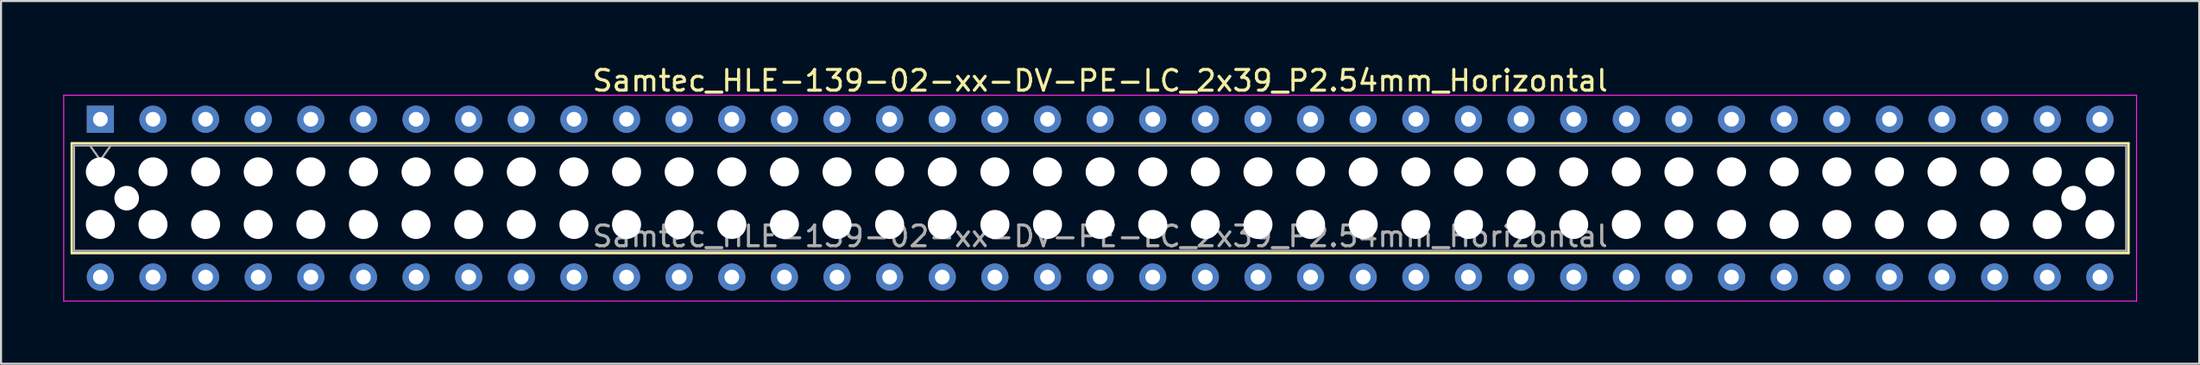
<source format=kicad_pcb>
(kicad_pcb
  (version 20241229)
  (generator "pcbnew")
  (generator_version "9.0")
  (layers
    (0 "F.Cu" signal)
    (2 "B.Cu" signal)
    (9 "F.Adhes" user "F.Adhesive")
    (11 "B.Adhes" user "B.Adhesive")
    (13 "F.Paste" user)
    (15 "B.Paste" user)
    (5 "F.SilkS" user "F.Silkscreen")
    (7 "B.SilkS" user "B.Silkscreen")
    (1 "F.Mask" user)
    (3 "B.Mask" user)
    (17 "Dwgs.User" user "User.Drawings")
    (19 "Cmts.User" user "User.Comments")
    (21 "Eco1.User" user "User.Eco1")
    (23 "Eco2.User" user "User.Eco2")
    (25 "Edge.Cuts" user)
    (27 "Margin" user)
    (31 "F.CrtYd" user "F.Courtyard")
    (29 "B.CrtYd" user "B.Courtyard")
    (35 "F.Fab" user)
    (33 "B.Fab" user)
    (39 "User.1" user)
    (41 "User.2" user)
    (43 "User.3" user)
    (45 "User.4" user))
  (footprint "Samtec_HLE-139-02-xx-DV-PE-LC_2x39_P2.54mm_Horizontal"
    (layer "F.Cu")
    (at 1.795 2.708)
    (property "Reference" "Samtec_HLE-139-02-xx-DV-PE-LC_2x39_P2.54mm_Horizontal" (at 48.26 -1.86 0) (layer "F.SilkS") (effects (font (size 1 1) (thickness 0.15))))
    (attr through_hole)
    (fp_line (start -1.38 1.16) (end 97.9 1.16) (stroke (width 0.12) (type solid)) (layer "F.SilkS"))
    (fp_line (start -1.38 6.46) (end -1.38 1.16) (stroke (width 0.12) (type solid)) (layer "F.SilkS"))
    (fp_line (start 97.9 1.16) (end 97.9 6.46) (stroke (width 0.12) (type solid)) (layer "F.SilkS"))
    (fp_line (start 97.9 6.46) (end -1.38 6.46) (stroke (width 0.12) (type solid)) (layer "F.SilkS"))
    (fp_line (start -1.77 -1.16) (end 98.29 -1.16) (stroke (width 0.05) (type solid)) (layer "F.CrtYd"))
    (fp_line (start -1.77 8.78) (end -1.77 -1.16) (stroke (width 0.05) (type solid)) (layer "F.CrtYd"))
    (fp_line (start 98.29 -1.16) (end 98.29 8.78) (stroke (width 0.05) (type solid)) (layer "F.CrtYd"))
    (fp_line (start 98.29 8.78) (end -1.77 8.78) (stroke (width 0.05) (type solid)) (layer "F.CrtYd"))
    (fp_line (start -1.27 1.27) (end 97.79 1.27) (stroke (width 0.1) (type solid)) (layer "F.Fab"))
    (fp_line (start -1.27 6.35) (end -1.27 1.27) (stroke (width 0.1) (type solid)) (layer "F.Fab"))
    (fp_line (start -0.5 1.27) (end 0 1.977) (stroke (width 0.1) (type solid)) (layer "F.Fab"))
    (fp_line (start 0 1.977) (end 0.5 1.27) (stroke (width 0.1) (type solid)) (layer "F.Fab"))
    (fp_line (start 97.79 1.27) (end 97.79 6.35) (stroke (width 0.1) (type solid)) (layer "F.Fab"))
    (fp_line (start 97.79 6.35) (end -1.27 6.35) (stroke (width 0.1) (type solid)) (layer "F.Fab"))
    (fp_text user "${REFERENCE}" (at 48.26 5.65 0) (layer "F.Fab") (effects (font (size 1 1) (thickness 0.15))))
    (pad "" np_thru_hole circle (at 0 2.54) (size 1.4 1.4) (drill 1.4) (layers "*.Cu" "*.Mask"))
    (pad "" np_thru_hole circle (at 0 5.08) (size 1.4 1.4) (drill 1.4) (layers "*.Cu" "*.Mask"))
    (pad "" np_thru_hole circle (at 1.27 3.81) (size 1.19 1.19) (drill 1.19) (layers "*.Cu" "*.Mask"))
    (pad "" np_thru_hole circle (at 2.54 2.54) (size 1.4 1.4) (drill 1.4) (layers "*.Cu" "*.Mask"))
    (pad "" np_thru_hole circle (at 2.54 5.08) (size 1.4 1.4) (drill 1.4) (layers "*.Cu" "*.Mask"))
    (pad "" np_thru_hole circle (at 5.08 2.54) (size 1.4 1.4) (drill 1.4) (layers "*.Cu" "*.Mask"))
    (pad "" np_thru_hole circle (at 5.08 5.08) (size 1.4 1.4) (drill 1.4) (layers "*.Cu" "*.Mask"))
    (pad "" np_thru_hole circle (at 7.62 2.54) (size 1.4 1.4) (drill 1.4) (layers "*.Cu" "*.Mask"))
    (pad "" np_thru_hole circle (at 7.62 5.08) (size 1.4 1.4) (drill 1.4) (layers "*.Cu" "*.Mask"))
    (pad "" np_thru_hole circle (at 10.16 2.54) (size 1.4 1.4) (drill 1.4) (layers "*.Cu" "*.Mask"))
    (pad "" np_thru_hole circle (at 10.16 5.08) (size 1.4 1.4) (drill 1.4) (layers "*.Cu" "*.Mask"))
    (pad "" np_thru_hole circle (at 12.7 2.54) (size 1.4 1.4) (drill 1.4) (layers "*.Cu" "*.Mask"))
    (pad "" np_thru_hole circle (at 12.7 5.08) (size 1.4 1.4) (drill 1.4) (layers "*.Cu" "*.Mask"))
    (pad "" np_thru_hole circle (at 15.24 2.54) (size 1.4 1.4) (drill 1.4) (layers "*.Cu" "*.Mask"))
    (pad "" np_thru_hole circle (at 15.24 5.08) (size 1.4 1.4) (drill 1.4) (layers "*.Cu" "*.Mask"))
    (pad "" np_thru_hole circle (at 17.78 2.54) (size 1.4 1.4) (drill 1.4) (layers "*.Cu" "*.Mask"))
    (pad "" np_thru_hole circle (at 17.78 5.08) (size 1.4 1.4) (drill 1.4) (layers "*.Cu" "*.Mask"))
    (pad "" np_thru_hole circle (at 20.32 2.54) (size 1.4 1.4) (drill 1.4) (layers "*.Cu" "*.Mask"))
    (pad "" np_thru_hole circle (at 20.32 5.08) (size 1.4 1.4) (drill 1.4) (layers "*.Cu" "*.Mask"))
    (pad "" np_thru_hole circle (at 22.86 2.54) (size 1.4 1.4) (drill 1.4) (layers "*.Cu" "*.Mask"))
    (pad "" np_thru_hole circle (at 22.86 5.08) (size 1.4 1.4) (drill 1.4) (layers "*.Cu" "*.Mask"))
    (pad "" np_thru_hole circle (at 25.4 2.54) (size 1.4 1.4) (drill 1.4) (layers "*.Cu" "*.Mask"))
    (pad "" np_thru_hole circle (at 25.4 5.08) (size 1.4 1.4) (drill 1.4) (layers "*.Cu" "*.Mask"))
    (pad "" np_thru_hole circle (at 27.94 2.54) (size 1.4 1.4) (drill 1.4) (layers "*.Cu" "*.Mask"))
    (pad "" np_thru_hole circle (at 27.94 5.08) (size 1.4 1.4) (drill 1.4) (layers "*.Cu" "*.Mask"))
    (pad "" np_thru_hole circle (at 30.48 2.54) (size 1.4 1.4) (drill 1.4) (layers "*.Cu" "*.Mask"))
    (pad "" np_thru_hole circle (at 30.48 5.08) (size 1.4 1.4) (drill 1.4) (layers "*.Cu" "*.Mask"))
    (pad "" np_thru_hole circle (at 33.02 2.54) (size 1.4 1.4) (drill 1.4) (layers "*.Cu" "*.Mask"))
    (pad "" np_thru_hole circle (at 33.02 5.08) (size 1.4 1.4) (drill 1.4) (layers "*.Cu" "*.Mask"))
    (pad "" np_thru_hole circle (at 35.56 2.54) (size 1.4 1.4) (drill 1.4) (layers "*.Cu" "*.Mask"))
    (pad "" np_thru_hole circle (at 35.56 5.08) (size 1.4 1.4) (drill 1.4) (layers "*.Cu" "*.Mask"))
    (pad "" np_thru_hole circle (at 38.1 2.54) (size 1.4 1.4) (drill 1.4) (layers "*.Cu" "*.Mask"))
    (pad "" np_thru_hole circle (at 38.1 5.08) (size 1.4 1.4) (drill 1.4) (layers "*.Cu" "*.Mask"))
    (pad "" np_thru_hole circle (at 40.64 2.54) (size 1.4 1.4) (drill 1.4) (layers "*.Cu" "*.Mask"))
    (pad "" np_thru_hole circle (at 40.64 5.08) (size 1.4 1.4) (drill 1.4) (layers "*.Cu" "*.Mask"))
    (pad "" np_thru_hole circle (at 43.18 2.54) (size 1.4 1.4) (drill 1.4) (layers "*.Cu" "*.Mask"))
    (pad "" np_thru_hole circle (at 43.18 5.08) (size 1.4 1.4) (drill 1.4) (layers "*.Cu" "*.Mask"))
    (pad "" np_thru_hole circle (at 45.72 2.54) (size 1.4 1.4) (drill 1.4) (layers "*.Cu" "*.Mask"))
    (pad "" np_thru_hole circle (at 45.72 5.08) (size 1.4 1.4) (drill 1.4) (layers "*.Cu" "*.Mask"))
    (pad "" np_thru_hole circle (at 48.26 2.54) (size 1.4 1.4) (drill 1.4) (layers "*.Cu" "*.Mask"))
    (pad "" np_thru_hole circle (at 48.26 5.08) (size 1.4 1.4) (drill 1.4) (layers "*.Cu" "*.Mask"))
    (pad "" np_thru_hole circle (at 50.8 2.54) (size 1.4 1.4) (drill 1.4) (layers "*.Cu" "*.Mask"))
    (pad "" np_thru_hole circle (at 50.8 5.08) (size 1.4 1.4) (drill 1.4) (layers "*.Cu" "*.Mask"))
    (pad "" np_thru_hole circle (at 53.34 2.54) (size 1.4 1.4) (drill 1.4) (layers "*.Cu" "*.Mask"))
    (pad "" np_thru_hole circle (at 53.34 5.08) (size 1.4 1.4) (drill 1.4) (layers "*.Cu" "*.Mask"))
    (pad "" np_thru_hole circle (at 55.88 2.54) (size 1.4 1.4) (drill 1.4) (layers "*.Cu" "*.Mask"))
    (pad "" np_thru_hole circle (at 55.88 5.08) (size 1.4 1.4) (drill 1.4) (layers "*.Cu" "*.Mask"))
    (pad "" np_thru_hole circle (at 58.42 2.54) (size 1.4 1.4) (drill 1.4) (layers "*.Cu" "*.Mask"))
    (pad "" np_thru_hole circle (at 58.42 5.08) (size 1.4 1.4) (drill 1.4) (layers "*.Cu" "*.Mask"))
    (pad "" np_thru_hole circle (at 60.96 2.54) (size 1.4 1.4) (drill 1.4) (layers "*.Cu" "*.Mask"))
    (pad "" np_thru_hole circle (at 60.96 5.08) (size 1.4 1.4) (drill 1.4) (layers "*.Cu" "*.Mask"))
    (pad "" np_thru_hole circle (at 63.5 2.54) (size 1.4 1.4) (drill 1.4) (layers "*.Cu" "*.Mask"))
    (pad "" np_thru_hole circle (at 63.5 5.08) (size 1.4 1.4) (drill 1.4) (layers "*.Cu" "*.Mask"))
    (pad "" np_thru_hole circle (at 66.04 2.54) (size 1.4 1.4) (drill 1.4) (layers "*.Cu" "*.Mask"))
    (pad "" np_thru_hole circle (at 66.04 5.08) (size 1.4 1.4) (drill 1.4) (layers "*.Cu" "*.Mask"))
    (pad "" np_thru_hole circle (at 68.58 2.54) (size 1.4 1.4) (drill 1.4) (layers "*.Cu" "*.Mask"))
    (pad "" np_thru_hole circle (at 68.58 5.08) (size 1.4 1.4) (drill 1.4) (layers "*.Cu" "*.Mask"))
    (pad "" np_thru_hole circle (at 71.12 2.54) (size 1.4 1.4) (drill 1.4) (layers "*.Cu" "*.Mask"))
    (pad "" np_thru_hole circle (at 71.12 5.08) (size 1.4 1.4) (drill 1.4) (layers "*.Cu" "*.Mask"))
    (pad "" np_thru_hole circle (at 73.66 2.54) (size 1.4 1.4) (drill 1.4) (layers "*.Cu" "*.Mask"))
    (pad "" np_thru_hole circle (at 73.66 5.08) (size 1.4 1.4) (drill 1.4) (layers "*.Cu" "*.Mask"))
    (pad "" np_thru_hole circle (at 76.2 2.54) (size 1.4 1.4) (drill 1.4) (layers "*.Cu" "*.Mask"))
    (pad "" np_thru_hole circle (at 76.2 5.08) (size 1.4 1.4) (drill 1.4) (layers "*.Cu" "*.Mask"))
    (pad "" np_thru_hole circle (at 78.74 2.54) (size 1.4 1.4) (drill 1.4) (layers "*.Cu" "*.Mask"))
    (pad "" np_thru_hole circle (at 78.74 5.08) (size 1.4 1.4) (drill 1.4) (layers "*.Cu" "*.Mask"))
    (pad "" np_thru_hole circle (at 81.28 2.54) (size 1.4 1.4) (drill 1.4) (layers "*.Cu" "*.Mask"))
    (pad "" np_thru_hole circle (at 81.28 5.08) (size 1.4 1.4) (drill 1.4) (layers "*.Cu" "*.Mask"))
    (pad "" np_thru_hole circle (at 83.82 2.54) (size 1.4 1.4) (drill 1.4) (layers "*.Cu" "*.Mask"))
    (pad "" np_thru_hole circle (at 83.82 5.08) (size 1.4 1.4) (drill 1.4) (layers "*.Cu" "*.Mask"))
    (pad "" np_thru_hole circle (at 86.36 2.54) (size 1.4 1.4) (drill 1.4) (layers "*.Cu" "*.Mask"))
    (pad "" np_thru_hole circle (at 86.36 5.08) (size 1.4 1.4) (drill 1.4) (layers "*.Cu" "*.Mask"))
    (pad "" np_thru_hole circle (at 88.9 2.54) (size 1.4 1.4) (drill 1.4) (layers "*.Cu" "*.Mask"))
    (pad "" np_thru_hole circle (at 88.9 5.08) (size 1.4 1.4) (drill 1.4) (layers "*.Cu" "*.Mask"))
    (pad "" np_thru_hole circle (at 91.44 2.54) (size 1.4 1.4) (drill 1.4) (layers "*.Cu" "*.Mask"))
    (pad "" np_thru_hole circle (at 91.44 5.08) (size 1.4 1.4) (drill 1.4) (layers "*.Cu" "*.Mask"))
    (pad "" np_thru_hole circle (at 93.98 2.54) (size 1.4 1.4) (drill 1.4) (layers "*.Cu" "*.Mask"))
    (pad "" np_thru_hole circle (at 93.98 5.08) (size 1.4 1.4) (drill 1.4) (layers "*.Cu" "*.Mask"))
    (pad "" np_thru_hole circle (at 95.25 3.81) (size 1.19 1.19) (drill 1.19) (layers "*.Cu" "*.Mask"))
    (pad "" np_thru_hole circle (at 96.52 2.54) (size 1.4 1.4) (drill 1.4) (layers "*.Cu" "*.Mask"))
    (pad "" np_thru_hole circle (at 96.52 5.08) (size 1.4 1.4) (drill 1.4) (layers "*.Cu" "*.Mask"))
    (pad "1" thru_hole rect (at 0 0) (size 1.31 1.31) (drill 0.71) (layers "*.Cu" "*.Mask"))
    (pad "2" thru_hole circle (at 0 7.62) (size 1.31 1.31) (drill 0.71) (layers "*.Cu" "*.Mask"))
    (pad "3" thru_hole circle (at 2.54 0) (size 1.31 1.31) (drill 0.71) (layers "*.Cu" "*.Mask"))
    (pad "4" thru_hole circle (at 2.54 7.62) (size 1.31 1.31) (drill 0.71) (layers "*.Cu" "*.Mask"))
    (pad "5" thru_hole circle (at 5.08 0) (size 1.31 1.31) (drill 0.71) (layers "*.Cu" "*.Mask"))
    (pad "6" thru_hole circle (at 5.08 7.62) (size 1.31 1.31) (drill 0.71) (layers "*.Cu" "*.Mask"))
    (pad "7" thru_hole circle (at 7.62 0) (size 1.31 1.31) (drill 0.71) (layers "*.Cu" "*.Mask"))
    (pad "8" thru_hole circle (at 7.62 7.62) (size 1.31 1.31) (drill 0.71) (layers "*.Cu" "*.Mask"))
    (pad "9" thru_hole circle (at 10.16 0) (size 1.31 1.31) (drill 0.71) (layers "*.Cu" "*.Mask"))
    (pad "10" thru_hole circle (at 10.16 7.62) (size 1.31 1.31) (drill 0.71) (layers "*.Cu" "*.Mask"))
    (pad "11" thru_hole circle (at 12.7 0) (size 1.31 1.31) (drill 0.71) (layers "*.Cu" "*.Mask"))
    (pad "12" thru_hole circle (at 12.7 7.62) (size 1.31 1.31) (drill 0.71) (layers "*.Cu" "*.Mask"))
    (pad "13" thru_hole circle (at 15.24 0) (size 1.31 1.31) (drill 0.71) (layers "*.Cu" "*.Mask"))
    (pad "14" thru_hole circle (at 15.24 7.62) (size 1.31 1.31) (drill 0.71) (layers "*.Cu" "*.Mask"))
    (pad "15" thru_hole circle (at 17.78 0) (size 1.31 1.31) (drill 0.71) (layers "*.Cu" "*.Mask"))
    (pad "16" thru_hole circle (at 17.78 7.62) (size 1.31 1.31) (drill 0.71) (layers "*.Cu" "*.Mask"))
    (pad "17" thru_hole circle (at 20.32 0) (size 1.31 1.31) (drill 0.71) (layers "*.Cu" "*.Mask"))
    (pad "18" thru_hole circle (at 20.32 7.62) (size 1.31 1.31) (drill 0.71) (layers "*.Cu" "*.Mask"))
    (pad "19" thru_hole circle (at 22.86 0) (size 1.31 1.31) (drill 0.71) (layers "*.Cu" "*.Mask"))
    (pad "20" thru_hole circle (at 22.86 7.62) (size 1.31 1.31) (drill 0.71) (layers "*.Cu" "*.Mask"))
    (pad "21" thru_hole circle (at 25.4 0) (size 1.31 1.31) (drill 0.71) (layers "*.Cu" "*.Mask"))
    (pad "22" thru_hole circle (at 25.4 7.62) (size 1.31 1.31) (drill 0.71) (layers "*.Cu" "*.Mask"))
    (pad "23" thru_hole circle (at 27.94 0) (size 1.31 1.31) (drill 0.71) (layers "*.Cu" "*.Mask"))
    (pad "24" thru_hole circle (at 27.94 7.62) (size 1.31 1.31) (drill 0.71) (layers "*.Cu" "*.Mask"))
    (pad "25" thru_hole circle (at 30.48 0) (size 1.31 1.31) (drill 0.71) (layers "*.Cu" "*.Mask"))
    (pad "26" thru_hole circle (at 30.48 7.62) (size 1.31 1.31) (drill 0.71) (layers "*.Cu" "*.Mask"))
    (pad "27" thru_hole circle (at 33.02 0) (size 1.31 1.31) (drill 0.71) (layers "*.Cu" "*.Mask"))
    (pad "28" thru_hole circle (at 33.02 7.62) (size 1.31 1.31) (drill 0.71) (layers "*.Cu" "*.Mask"))
    (pad "29" thru_hole circle (at 35.56 0) (size 1.31 1.31) (drill 0.71) (layers "*.Cu" "*.Mask"))
    (pad "30" thru_hole circle (at 35.56 7.62) (size 1.31 1.31) (drill 0.71) (layers "*.Cu" "*.Mask"))
    (pad "31" thru_hole circle (at 38.1 0) (size 1.31 1.31) (drill 0.71) (layers "*.Cu" "*.Mask"))
    (pad "32" thru_hole circle (at 38.1 7.62) (size 1.31 1.31) (drill 0.71) (layers "*.Cu" "*.Mask"))
    (pad "33" thru_hole circle (at 40.64 0) (size 1.31 1.31) (drill 0.71) (layers "*.Cu" "*.Mask"))
    (pad "34" thru_hole circle (at 40.64 7.62) (size 1.31 1.31) (drill 0.71) (layers "*.Cu" "*.Mask"))
    (pad "35" thru_hole circle (at 43.18 0) (size 1.31 1.31) (drill 0.71) (layers "*.Cu" "*.Mask"))
    (pad "36" thru_hole circle (at 43.18 7.62) (size 1.31 1.31) (drill 0.71) (layers "*.Cu" "*.Mask"))
    (pad "37" thru_hole circle (at 45.72 0) (size 1.31 1.31) (drill 0.71) (layers "*.Cu" "*.Mask"))
    (pad "38" thru_hole circle (at 45.72 7.62) (size 1.31 1.31) (drill 0.71) (layers "*.Cu" "*.Mask"))
    (pad "39" thru_hole circle (at 48.26 0) (size 1.31 1.31) (drill 0.71) (layers "*.Cu" "*.Mask"))
    (pad "40" thru_hole circle (at 48.26 7.62) (size 1.31 1.31) (drill 0.71) (layers "*.Cu" "*.Mask"))
    (pad "41" thru_hole circle (at 50.8 0) (size 1.31 1.31) (drill 0.71) (layers "*.Cu" "*.Mask"))
    (pad "42" thru_hole circle (at 50.8 7.62) (size 1.31 1.31) (drill 0.71) (layers "*.Cu" "*.Mask"))
    (pad "43" thru_hole circle (at 53.34 0) (size 1.31 1.31) (drill 0.71) (layers "*.Cu" "*.Mask"))
    (pad "44" thru_hole circle (at 53.34 7.62) (size 1.31 1.31) (drill 0.71) (layers "*.Cu" "*.Mask"))
    (pad "45" thru_hole circle (at 55.88 0) (size 1.31 1.31) (drill 0.71) (layers "*.Cu" "*.Mask"))
    (pad "46" thru_hole circle (at 55.88 7.62) (size 1.31 1.31) (drill 0.71) (layers "*.Cu" "*.Mask"))
    (pad "47" thru_hole circle (at 58.42 0) (size 1.31 1.31) (drill 0.71) (layers "*.Cu" "*.Mask"))
    (pad "48" thru_hole circle (at 58.42 7.62) (size 1.31 1.31) (drill 0.71) (layers "*.Cu" "*.Mask"))
    (pad "49" thru_hole circle (at 60.96 0) (size 1.31 1.31) (drill 0.71) (layers "*.Cu" "*.Mask"))
    (pad "50" thru_hole circle (at 60.96 7.62) (size 1.31 1.31) (drill 0.71) (layers "*.Cu" "*.Mask"))
    (pad "51" thru_hole circle (at 63.5 0) (size 1.31 1.31) (drill 0.71) (layers "*.Cu" "*.Mask"))
    (pad "52" thru_hole circle (at 63.5 7.62) (size 1.31 1.31) (drill 0.71) (layers "*.Cu" "*.Mask"))
    (pad "53" thru_hole circle (at 66.04 0) (size 1.31 1.31) (drill 0.71) (layers "*.Cu" "*.Mask"))
    (pad "54" thru_hole circle (at 66.04 7.62) (size 1.31 1.31) (drill 0.71) (layers "*.Cu" "*.Mask"))
    (pad "55" thru_hole circle (at 68.58 0) (size 1.31 1.31) (drill 0.71) (layers "*.Cu" "*.Mask"))
    (pad "56" thru_hole circle (at 68.58 7.62) (size 1.31 1.31) (drill 0.71) (layers "*.Cu" "*.Mask"))
    (pad "57" thru_hole circle (at 71.12 0) (size 1.31 1.31) (drill 0.71) (layers "*.Cu" "*.Mask"))
    (pad "58" thru_hole circle (at 71.12 7.62) (size 1.31 1.31) (drill 0.71) (layers "*.Cu" "*.Mask"))
    (pad "59" thru_hole circle (at 73.66 0) (size 1.31 1.31) (drill 0.71) (layers "*.Cu" "*.Mask"))
    (pad "60" thru_hole circle (at 73.66 7.62) (size 1.31 1.31) (drill 0.71) (layers "*.Cu" "*.Mask"))
    (pad "61" thru_hole circle (at 76.2 0) (size 1.31 1.31) (drill 0.71) (layers "*.Cu" "*.Mask"))
    (pad "62" thru_hole circle (at 76.2 7.62) (size 1.31 1.31) (drill 0.71) (layers "*.Cu" "*.Mask"))
    (pad "63" thru_hole circle (at 78.74 0) (size 1.31 1.31) (drill 0.71) (layers "*.Cu" "*.Mask"))
    (pad "64" thru_hole circle (at 78.74 7.62) (size 1.31 1.31) (drill 0.71) (layers "*.Cu" "*.Mask"))
    (pad "65" thru_hole circle (at 81.28 0) (size 1.31 1.31) (drill 0.71) (layers "*.Cu" "*.Mask"))
    (pad "66" thru_hole circle (at 81.28 7.62) (size 1.31 1.31) (drill 0.71) (layers "*.Cu" "*.Mask"))
    (pad "67" thru_hole circle (at 83.82 0) (size 1.31 1.31) (drill 0.71) (layers "*.Cu" "*.Mask"))
    (pad "68" thru_hole circle (at 83.82 7.62) (size 1.31 1.31) (drill 0.71) (layers "*.Cu" "*.Mask"))
    (pad "69" thru_hole circle (at 86.36 0) (size 1.31 1.31) (drill 0.71) (layers "*.Cu" "*.Mask"))
    (pad "70" thru_hole circle (at 86.36 7.62) (size 1.31 1.31) (drill 0.71) (layers "*.Cu" "*.Mask"))
    (pad "71" thru_hole circle (at 88.9 0) (size 1.31 1.31) (drill 0.71) (layers "*.Cu" "*.Mask"))
    (pad "72" thru_hole circle (at 88.9 7.62) (size 1.31 1.31) (drill 0.71) (layers "*.Cu" "*.Mask"))
    (pad "73" thru_hole circle (at 91.44 0) (size 1.31 1.31) (drill 0.71) (layers "*.Cu" "*.Mask"))
    (pad "74" thru_hole circle (at 91.44 7.62) (size 1.31 1.31) (drill 0.71) (layers "*.Cu" "*.Mask"))
    (pad "75" thru_hole circle (at 93.98 0) (size 1.31 1.31) (drill 0.71) (layers "*.Cu" "*.Mask"))
    (pad "76" thru_hole circle (at 93.98 7.62) (size 1.31 1.31) (drill 0.71) (layers "*.Cu" "*.Mask"))
    (pad "77" thru_hole circle (at 96.52 0) (size 1.31 1.31) (drill 0.71) (layers "*.Cu" "*.Mask"))
    (pad "78" thru_hole circle (at 96.52 7.62) (size 1.31 1.31) (drill 0.71) (layers "*.Cu" "*.Mask")))
  (gr_rect
    (start -3 -3)
    (end 103.11 14.513)
    (stroke (width 0.1) (type default))
    (fill no)
    (layer "Edge.Cuts")))
</source>
